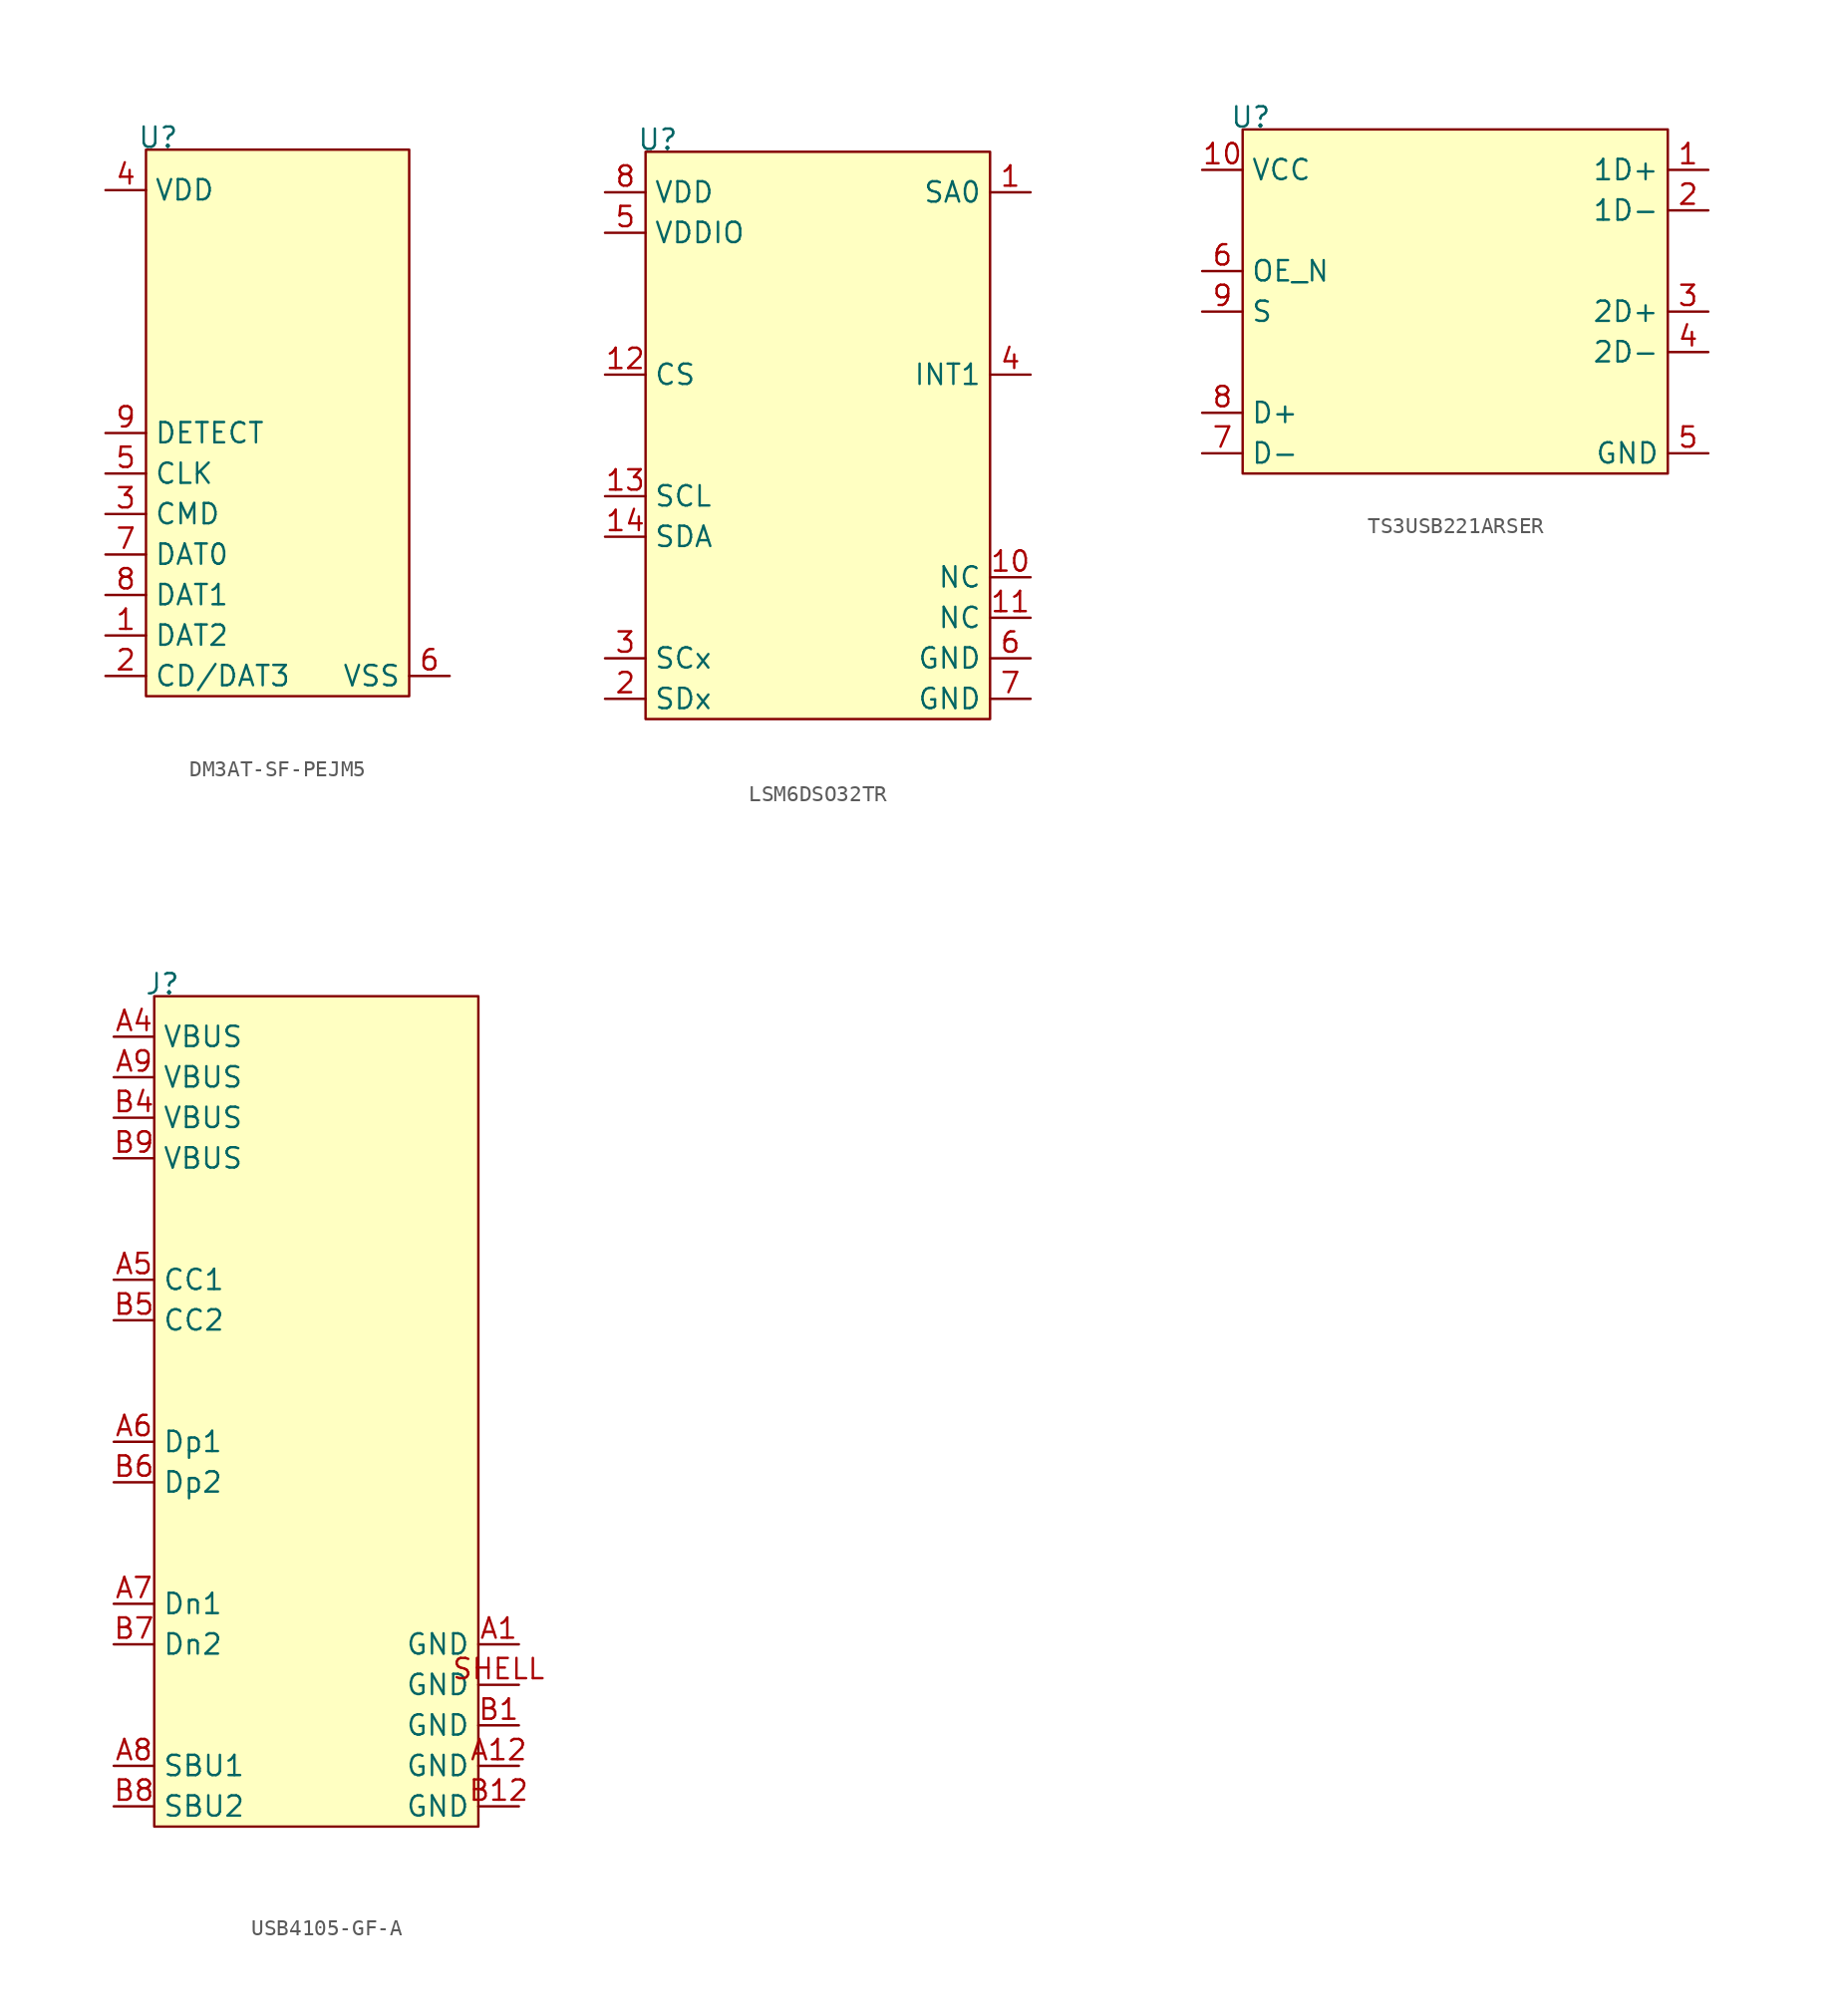
<source format=kicad_sym>
(kicad_symbol_lib
  (version 20241209)
  (generator "kicad_symbol_editor")
  (generator_version "9.0")
  (symbol "DM3AT-SF-PEJM5"
    (property "Reference" "U"
      (at 0.762 0.762 0)
      (effects (font (size 1.27 1.27))))
    (property "Value" ""
      (at 0 0 0)
      (effects (font (size 1.27 1.27))))
    (symbol "DM3AT-SF-PEJM5_0_1"
      (rectangle (start 0 0) (end 16.51 -34.29) (stroke (width 0) (type default)) (fill (type background))))
    (symbol "DM3AT-SF-PEJM5_1_1"
      (pin power_in line (at -2.54 -2.54 0) (length 2.54) (name "VDD" (effects (font (size 1.27 1.27)))) (number "4" (effects (font (size 1.27 1.27)))))
      (pin output line (at -2.54 -17.78 0) (length 2.54) (name "DETECT" (effects (font (size 1.27 1.27)))) (number "9" (effects (font (size 1.27 1.27)))))
      (pin input line (at -2.54 -20.32 0) (length 2.54) (name "CLK" (effects (font (size 1.27 1.27)))) (number "5" (effects (font (size 1.27 1.27)))))
      (pin input line (at -2.54 -22.86 0) (length 2.54) (name "CMD" (effects (font (size 1.27 1.27)))) (number "3" (effects (font (size 1.27 1.27)))))
      (pin bidirectional line (at -2.54 -25.4 0) (length 2.54) (name "DAT0" (effects (font (size 1.27 1.27)))) (number "7" (effects (font (size 1.27 1.27)))))
      (pin bidirectional line (at -2.54 -27.94 0) (length 2.54) (name "DAT1" (effects (font (size 1.27 1.27)))) (number "8" (effects (font (size 1.27 1.27)))))
      (pin bidirectional line (at -2.54 -30.48 0) (length 2.54) (name "DAT2" (effects (font (size 1.27 1.27)))) (number "1" (effects (font (size 1.27 1.27)))))
      (pin bidirectional line (at -2.54 -33.02 0) (length 2.54) (name "CD/DAT3" (effects (font (size 1.27 1.27)))) (number "2" (effects (font (size 1.27 1.27)))))
      (pin power_in line (at 19.05 -33.02 180) (length 2.54) (name "VSS" (effects (font (size 1.27 1.27)))) (number "6" (effects (font (size 1.27 1.27)))))))
  (symbol "LSM6DSO32TR"
    (property "Reference" "U"
      (at 0.762 0.762 0)
      (effects (font (size 1.27 1.27))))
    (property "Value" ""
      (at 0 0 0)
      (effects (font (size 1.27 1.27))))
    (symbol "LSM6DSO32TR_0_1"
      (rectangle (start 0 0) (end 21.59 -35.56) (stroke (width 0) (type default)) (fill (type background))))
    (symbol "LSM6DSO32TR_1_1"
      (pin power_in line (at -2.54 -2.54 0) (length 2.54) (name "VDD" (effects (font (size 1.27 1.27)))) (number "8" (effects (font (size 1.27 1.27)))))
      (pin power_in line (at -2.54 -5.08 0) (length 2.54) (name "VDDIO" (effects (font (size 1.27 1.27)))) (number "5" (effects (font (size 1.27 1.27)))))
      (pin input line (at -2.54 -13.97 0) (length 2.54) (name "CS" (effects (font (size 1.27 1.27)))) (number "12" (effects (font (size 1.27 1.27)))))
      (pin input line (at -2.54 -21.59 0) (length 2.54) (name "SCL" (effects (font (size 1.27 1.27)))) (number "13" (effects (font (size 1.27 1.27)))))
      (pin bidirectional line (at -2.54 -24.13 0) (length 2.54) (name "SDA" (effects (font (size 1.27 1.27)))) (number "14" (effects (font (size 1.27 1.27)))))
      (pin output line (at -2.54 -31.75 0) (length 2.54) (name "SCx" (effects (font (size 1.27 1.27)))) (number "3" (effects (font (size 1.27 1.27)))))
      (pin output line (at -2.54 -34.29 0) (length 2.54) (name "SDx" (effects (font (size 1.27 1.27)))) (number "2" (effects (font (size 1.27 1.27)))))
      (pin input line (at 24.13 -2.54 180) (length 2.54) (name "SA0" (effects (font (size 1.27 1.27)))) (number "1" (effects (font (size 1.27 1.27)))) (alternate "SDO" output line))
      (pin bidirectional line (at 24.13 -13.97 180) (length 2.54) (name "INT1" (effects (font (size 1.27 1.27)))) (number "4" (effects (font (size 1.27 1.27)))))
      (pin passive line (at 24.13 -26.67 180) (length 2.54) (name "NC" (effects (font (size 1.27 1.27)))) (number "10" (effects (font (size 1.27 1.27)))))
      (pin passive line (at 24.13 -29.21 180) (length 2.54) (name "NC" (effects (font (size 1.27 1.27)))) (number "11" (effects (font (size 1.27 1.27)))))
      (pin power_in line (at 24.13 -31.75 180) (length 2.54) (name "GND" (effects (font (size 1.27 1.27)))) (number "6" (effects (font (size 1.27 1.27)))))
      (pin power_in line (at 24.13 -34.29 180) (length 2.54) (name "GND" (effects (font (size 1.27 1.27)))) (number "7" (effects (font (size 1.27 1.27)))))))
  (symbol "TS3USB221ARSER"
    (property "Reference" "U"
      (at 0.508 0.762 0)
      (effects (font (size 1.27 1.27))))
    (property "Value" ""
      (at 0 0 0)
      (effects (font (size 1.27 1.27))))
    (symbol "TS3USB221ARSER_0_1"
      (rectangle (start 0 0) (end 26.67 -21.59) (stroke (width 0) (type default)) (fill (type background))))
    (symbol "TS3USB221ARSER_1_1"
      (pin power_in line (at -2.54 -2.54 0) (length 2.54) (name "VCC" (effects (font (size 1.27 1.27)))) (number "10" (effects (font (size 1.27 1.27)))))
      (pin input line (at -2.54 -8.89 0) (length 2.54) (name "OE_N" (effects (font (size 1.27 1.27)))) (number "6" (effects (font (size 1.27 1.27)))))
      (pin input line (at -2.54 -11.43 0) (length 2.54) (name "S" (effects (font (size 1.27 1.27)))) (number "9" (effects (font (size 1.27 1.27)))))
      (pin bidirectional line (at -2.54 -17.78 0) (length 2.54) (name "D+" (effects (font (size 1.27 1.27)))) (number "8" (effects (font (size 1.27 1.27)))))
      (pin bidirectional line (at -2.54 -20.32 0) (length 2.54) (name "D-" (effects (font (size 1.27 1.27)))) (number "7" (effects (font (size 1.27 1.27)))))
      (pin bidirectional line (at 29.21 -2.54 180) (length 2.54) (name "1D+" (effects (font (size 1.27 1.27)))) (number "1" (effects (font (size 1.27 1.27)))))
      (pin bidirectional line (at 29.21 -5.08 180) (length 2.54) (name "1D-" (effects (font (size 1.27 1.27)))) (number "2" (effects (font (size 1.27 1.27)))))
      (pin bidirectional line (at 29.21 -11.43 180) (length 2.54) (name "2D+" (effects (font (size 1.27 1.27)))) (number "3" (effects (font (size 1.27 1.27)))))
      (pin bidirectional line (at 29.21 -13.97 180) (length 2.54) (name "2D-" (effects (font (size 1.27 1.27)))) (number "4" (effects (font (size 1.27 1.27)))))
      (pin power_in line (at 29.21 -20.32 180) (length 2.54) (name "GND" (effects (font (size 1.27 1.27)))) (number "5" (effects (font (size 1.27 1.27)))))))
  (symbol "USB4105-GF-A"
    (property "Reference" "J"
      (at 0.508 0.762 0)
      (effects (font (size 1.27 1.27))))
    (property "Value" ""
      (at 0 0 0)
      (effects (font (size 1.27 1.27))))
    (symbol "USB4105-GF-A_0_1"
      (rectangle (start 0 0) (end 20.32 -52.07) (stroke (width 0) (type default)) (fill (type background))))
    (symbol "USB4105-GF-A_1_1"
      (pin passive line (at -2.54 -2.54 0) (length 2.54) (name "VBUS" (effects (font (size 1.27 1.27)))) (number "A4" (effects (font (size 1.27 1.27)))))
      (pin passive line (at -2.54 -5.08 0) (length 2.54) (name "VBUS" (effects (font (size 1.27 1.27)))) (number "A9" (effects (font (size 1.27 1.27)))))
      (pin passive line (at -2.54 -7.62 0) (length 2.54) (name "VBUS" (effects (font (size 1.27 1.27)))) (number "B4" (effects (font (size 1.27 1.27)))))
      (pin passive line (at -2.54 -10.16 0) (length 2.54) (name "VBUS" (effects (font (size 1.27 1.27)))) (number "B9" (effects (font (size 1.27 1.27)))))
      (pin passive line (at -2.54 -17.78 0) (length 2.54) (name "CC1" (effects (font (size 1.27 1.27)))) (number "A5" (effects (font (size 1.27 1.27)))))
      (pin passive line (at -2.54 -20.32 0) (length 2.54) (name "CC2" (effects (font (size 1.27 1.27)))) (number "B5" (effects (font (size 1.27 1.27)))))
      (pin passive line (at -2.54 -27.94 0) (length 2.54) (name "Dp1" (effects (font (size 1.27 1.27)))) (number "A6" (effects (font (size 1.27 1.27)))))
      (pin passive line (at -2.54 -30.48 0) (length 2.54) (name "Dp2" (effects (font (size 1.27 1.27)))) (number "B6" (effects (font (size 1.27 1.27)))))
      (pin passive line (at -2.54 -38.1 0) (length 2.54) (name "Dn1" (effects (font (size 1.27 1.27)))) (number "A7" (effects (font (size 1.27 1.27)))))
      (pin passive line (at -2.54 -40.64 0) (length 2.54) (name "Dn2" (effects (font (size 1.27 1.27)))) (number "B7" (effects (font (size 1.27 1.27)))))
      (pin passive line (at -2.54 -48.26 0) (length 2.54) (name "SBU1" (effects (font (size 1.27 1.27)))) (number "A8" (effects (font (size 1.27 1.27)))))
      (pin passive line (at -2.54 -50.8 0) (length 2.54) (name "SBU2" (effects (font (size 1.27 1.27)))) (number "B8" (effects (font (size 1.27 1.27)))))
      (pin passive line (at 22.86 -40.64 180) (length 2.54) (name "GND" (effects (font (size 1.27 1.27)))) (number "A1" (effects (font (size 1.27 1.27)))))
      (pin passive line (at 22.86 -43.18 180) (length 2.54) (name "GND" (effects (font (size 1.27 1.27)))) (number "SHELL" (effects (font (size 1.27 1.27)))))
      (pin passive line (at 22.86 -45.72 180) (length 2.54) (name "GND" (effects (font (size 1.27 1.27)))) (number "B1" (effects (font (size 1.27 1.27)))))
      (pin passive line (at 22.86 -48.26 180) (length 2.54) (name "GND" (effects (font (size 1.27 1.27)))) (number "A12" (effects (font (size 1.27 1.27)))))
      (pin passive line (at 22.86 -50.8 180) (length 2.54) (name "GND" (effects (font (size 1.27 1.27)))) (number "B12" (effects (font (size 1.27 1.27))))))))
</source>
